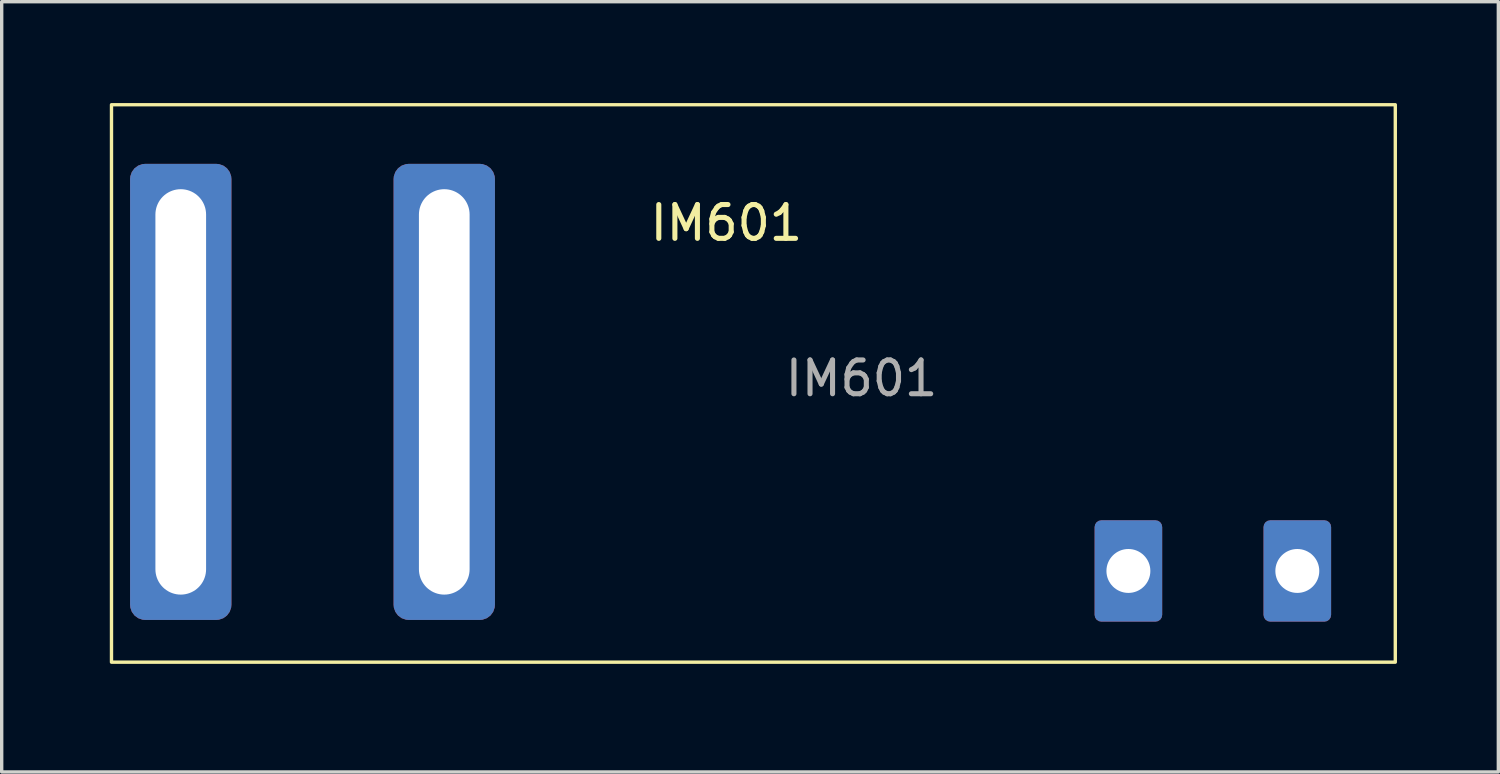
<source format=kicad_pcb>
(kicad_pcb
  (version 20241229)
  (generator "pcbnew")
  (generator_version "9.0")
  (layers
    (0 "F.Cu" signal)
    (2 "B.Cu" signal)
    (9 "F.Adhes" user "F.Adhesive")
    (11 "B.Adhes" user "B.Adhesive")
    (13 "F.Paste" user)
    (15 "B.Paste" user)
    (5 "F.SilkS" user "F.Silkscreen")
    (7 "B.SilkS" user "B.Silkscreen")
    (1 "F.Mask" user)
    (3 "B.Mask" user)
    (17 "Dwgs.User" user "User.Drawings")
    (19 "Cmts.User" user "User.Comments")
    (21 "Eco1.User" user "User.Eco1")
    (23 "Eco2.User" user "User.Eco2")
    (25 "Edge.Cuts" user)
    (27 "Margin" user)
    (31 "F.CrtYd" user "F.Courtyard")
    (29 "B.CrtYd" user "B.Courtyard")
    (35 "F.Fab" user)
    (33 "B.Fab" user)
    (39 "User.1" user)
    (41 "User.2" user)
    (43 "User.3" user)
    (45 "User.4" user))
  (footprint "IM601"
    (layer "F.Cu")
    (at 0.25 16.55)
    (property "Reference" "IM601" (at 18.2 -13 0) (layer "F.SilkS") (effects (font (size 1 1) (thickness 0.15))))
    (attr through_hole)
    (fp_rect (start 0 -16.5) (end 38 0) (stroke (width 0.1) (type default)) (fill no) (layer "F.SilkS"))
    (fp_text user "${REFERENCE}" (at 22.2 -8.4 180) (layer "F.Fab") (effects (font (size 1 1) (thickness 0.15))))
    (pad "13" thru_hole roundrect (at 2.05 -8 180) (size 3 13.5) (drill oval 1.5 12) (layers "*.Cu" "*.Mask") (roundrect_rratio 0.15))
    (pad "14" thru_hole roundrect (at 9.85 -8 180) (size 3 13.5) (drill oval 1.5 12) (layers "*.Cu" "*.Mask") (roundrect_rratio 0.15))
    (pad "A1" thru_hole roundrect (at 35.1 -2.7 270) (size 3 2) (drill 1.3) (layers "*.Cu" "*.Mask") (roundrect_rratio 0.1))
    (pad "A2" thru_hole roundrect (at 30.1 -2.7 270) (size 3 2) (drill 1.3) (layers "*.Cu" "*.Mask") (roundrect_rratio 0.1)))
  (gr_rect
    (start -3 -3)
    (end 41.3 19.8)
    (stroke (width 0.1) (type default))
    (fill no)
    (layer "Edge.Cuts")))
</source>
